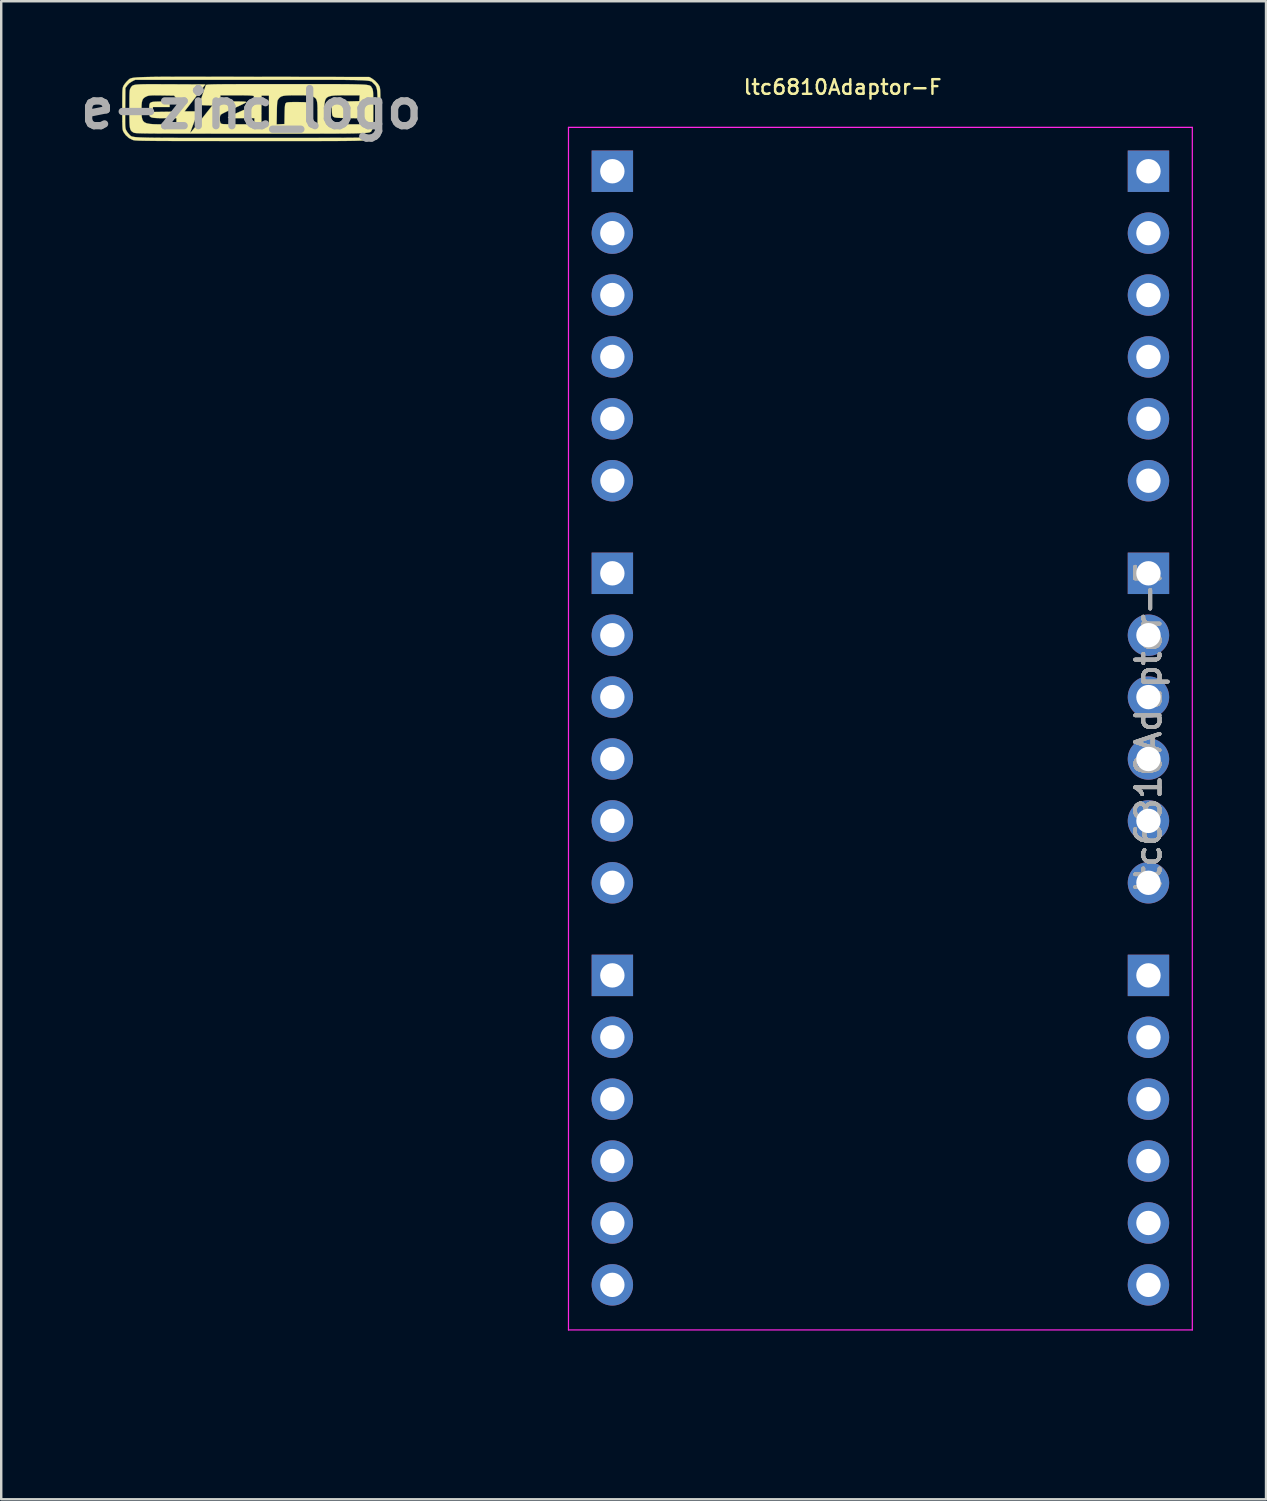
<source format=kicad_pcb>
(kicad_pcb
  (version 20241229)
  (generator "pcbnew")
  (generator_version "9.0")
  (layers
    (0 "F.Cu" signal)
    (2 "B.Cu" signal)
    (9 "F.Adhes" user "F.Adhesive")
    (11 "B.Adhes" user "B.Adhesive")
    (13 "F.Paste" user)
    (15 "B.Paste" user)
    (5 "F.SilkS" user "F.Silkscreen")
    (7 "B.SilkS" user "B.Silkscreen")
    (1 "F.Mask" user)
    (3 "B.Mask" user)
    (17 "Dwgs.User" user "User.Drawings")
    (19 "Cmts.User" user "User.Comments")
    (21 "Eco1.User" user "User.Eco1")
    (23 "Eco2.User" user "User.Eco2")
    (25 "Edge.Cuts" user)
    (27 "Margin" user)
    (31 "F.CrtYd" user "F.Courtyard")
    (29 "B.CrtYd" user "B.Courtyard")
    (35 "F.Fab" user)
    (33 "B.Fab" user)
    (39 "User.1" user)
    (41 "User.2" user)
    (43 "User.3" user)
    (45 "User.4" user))
  (footprint "ltc6810Adaptor-F"
    (layer "F.Cu")
    (at 17.779 55.227)
    (property "Reference" "ltc6810Adaptor-F" (at 13.75 -54.7 0) (layer "F.SilkS") (effects (font (size 0.6 0.6) (thickness 0.1))))
    (attr through_hole)
    (fp_line (start 2.5 -53.05) (end 28.1 -53.05) (stroke (width 0.05) (type solid)) (layer "F.CrtYd"))
    (fp_line (start 2.5 -3.7) (end 2.5 -53.05) (stroke (width 0.05) (type default)) (layer "F.CrtYd"))
    (fp_line (start 2.5 -3.7) (end 28.1 -3.7) (stroke (width 0.05) (type solid)) (layer "F.CrtYd"))
    (fp_line (start 28.1 -53.05) (end 28.1 -3.7) (stroke (width 0.05) (type default)) (layer "F.CrtYd"))
    (fp_text user "${REFERENCE}" (at 26.3 -28.4 90) (layer "F.Fab") (effects (font (size 1 1) (thickness 0.15))))
    (fp_text user "${REFERENCE}" (at 26.3 -28.4 90) (layer "F.Fab") (effects (font (size 1 1) (thickness 0.15))))
    (fp_text user "${REFERENCE}" (at 26.3 -28.4 90) (layer "F.Fab") (effects (font (size 1 1) (thickness 0.15))))
    (fp_text user "${REFERENCE}" (at 26.3 -28.4 90) (layer "F.Fab") (effects (font (size 1 1) (thickness 0.15))))
    (fp_text user "${REFERENCE}" (at 26.3 -28.4 90) (layer "F.Fab") (effects (font (size 1 1) (thickness 0.15))))
    (fp_text user "${REFERENCE}" (at 26.3 -28.4 90) (layer "F.Fab") (effects (font (size 1 1) (thickness 0.15))))
    (pad "1" thru_hole rect (at 4.3 -51.25) (size 1.7 1.7) (drill 1) (layers "*.Cu" "*.Mask"))
    (pad "2" thru_hole oval (at 4.3 -48.71) (size 1.7 1.7) (drill 1) (layers "*.Cu" "*.Mask"))
    (pad "3" thru_hole oval (at 4.3 -46.17) (size 1.7 1.7) (drill 1) (layers "*.Cu" "*.Mask"))
    (pad "4" thru_hole oval (at 4.3 -43.63) (size 1.7 1.7) (drill 1) (layers "*.Cu" "*.Mask"))
    (pad "5" thru_hole oval (at 4.3 -41.09) (size 1.7 1.7) (drill 1) (layers "*.Cu" "*.Mask"))
    (pad "6" thru_hole oval (at 4.3 -38.55) (size 1.7 1.7) (drill 1) (layers "*.Cu" "*.Mask"))
    (pad "7" thru_hole rect (at 4.3 -34.75) (size 1.7 1.7) (drill 1) (layers "*.Cu" "*.Mask"))
    (pad "8" thru_hole oval (at 4.3 -32.21) (size 1.7 1.7) (drill 1) (layers "*.Cu" "*.Mask"))
    (pad "9" thru_hole oval (at 4.3 -29.67) (size 1.7 1.7) (drill 1) (layers "*.Cu" "*.Mask"))
    (pad "10" thru_hole oval (at 4.3 -27.13) (size 1.7 1.7) (drill 1) (layers "*.Cu" "*.Mask"))
    (pad "11" thru_hole oval (at 4.3 -24.59) (size 1.7 1.7) (drill 1) (layers "*.Cu" "*.Mask"))
    (pad "12" thru_hole oval (at 4.3 -22.05) (size 1.7 1.7) (drill 1) (layers "*.Cu" "*.Mask"))
    (pad "13" thru_hole rect (at 4.3 -18.25) (size 1.7 1.7) (drill 1) (layers "*.Cu" "*.Mask"))
    (pad "14" thru_hole oval (at 4.3 -15.71) (size 1.7 1.7) (drill 1) (layers "*.Cu" "*.Mask"))
    (pad "15" thru_hole oval (at 4.3 -13.17) (size 1.7 1.7) (drill 1) (layers "*.Cu" "*.Mask"))
    (pad "16" thru_hole oval (at 4.3 -10.63) (size 1.7 1.7) (drill 1) (layers "*.Cu" "*.Mask"))
    (pad "17" thru_hole oval (at 4.3 -8.09) (size 1.7 1.7) (drill 1) (layers "*.Cu" "*.Mask"))
    (pad "18" thru_hole oval (at 4.3 -5.55) (size 1.7 1.7) (drill 1) (layers "*.Cu" "*.Mask"))
    (pad "19" thru_hole rect (at 26.3 -51.25) (size 1.7 1.7) (drill 1) (layers "*.Cu" "*.Mask"))
    (pad "20" thru_hole oval (at 26.3 -48.71) (size 1.7 1.7) (drill 1) (layers "*.Cu" "*.Mask"))
    (pad "21" thru_hole oval (at 26.3 -46.17) (size 1.7 1.7) (drill 1) (layers "*.Cu" "*.Mask"))
    (pad "22" thru_hole oval (at 26.3 -43.63) (size 1.7 1.7) (drill 1) (layers "*.Cu" "*.Mask"))
    (pad "23" thru_hole oval (at 26.3 -41.09) (size 1.7 1.7) (drill 1) (layers "*.Cu" "*.Mask"))
    (pad "24" thru_hole oval (at 26.3 -38.55) (size 1.7 1.7) (drill 1) (layers "*.Cu" "*.Mask"))
    (pad "25" thru_hole rect (at 26.3 -34.75) (size 1.7 1.7) (drill 1) (layers "*.Cu" "*.Mask"))
    (pad "26" thru_hole oval (at 26.3 -32.21) (size 1.7 1.7) (drill 1) (layers "*.Cu" "*.Mask"))
    (pad "27" thru_hole oval (at 26.3 -29.67) (size 1.7 1.7) (drill 1) (layers "*.Cu" "*.Mask"))
    (pad "28" thru_hole oval (at 26.3 -27.13) (size 1.7 1.7) (drill 1) (layers "*.Cu" "*.Mask"))
    (pad "29" thru_hole oval (at 26.3 -24.59) (size 1.7 1.7) (drill 1) (layers "*.Cu" "*.Mask"))
    (pad "30" thru_hole oval (at 26.3 -22.05) (size 1.7 1.7) (drill 1) (layers "*.Cu" "*.Mask"))
    (pad "31" thru_hole rect (at 26.3 -18.25) (size 1.7 1.7) (drill 1) (layers "*.Cu" "*.Mask"))
    (pad "32" thru_hole oval (at 26.3 -15.71) (size 1.7 1.7) (drill 1) (layers "*.Cu" "*.Mask"))
    (pad "33" thru_hole oval (at 26.3 -13.17) (size 1.7 1.7) (drill 1) (layers "*.Cu" "*.Mask"))
    (pad "34" thru_hole oval (at 26.3 -10.63) (size 1.7 1.7) (drill 1) (layers "*.Cu" "*.Mask"))
    (pad "35" thru_hole oval (at 26.3 -8.09) (size 1.7 1.7) (drill 1) (layers "*.Cu" "*.Mask"))
    (pad "36" thru_hole oval (at 26.3 -5.55) (size 1.7 1.7) (drill 1) (layers "*.Cu" "*.Mask")))
  (footprint "e-zinc_logo"
    (layer "F.Cu")
    (at 7.264 1.418)
    (property "Reference" "e-zinc_logo" (at 0 0 0) (layer "F.Fab") (effects (font (size 1.524 1.524) (thickness 0.3))))
    (attr through_hole)
    (fp_poly (pts (xy -2.385 -1.318) (xy -1.972 -1.318) (xy -1.518 -1.317) (xy -1.018 -1.316) (xy -0.472 -1.315) (xy 0.065 -1.315) (xy 4.839 -1.308) (xy 4.94 -1.253) (xy 5.073 -1.158) (xy 5.19 -1.031) (xy 5.249 -0.94) (xy 5.262 -0.912) (xy 5.272 -0.879) (xy 5.28 -0.835) (xy 5.286 -0.775) (xy 5.29 -0.693) (xy 5.293 -0.583) (xy 5.295 -0.439) (xy 5.296 -0.257) (xy 5.296 -0.03) (xy 5.296 0) (xy 5.296 0.231) (xy 5.295 0.417) (xy 5.294 0.563) (xy 5.292 0.675) (xy 5.288 0.76) (xy 5.282 0.823) (xy 5.274 0.868) (xy 5.264 0.903) (xy 5.251 0.933) (xy 5.241 0.954) (xy 5.187 1.035) (xy 5.116 1.118) (xy 5.083 1.15) (xy 5.062 1.17) (xy 5.043 1.189) (xy 5.026 1.206) (xy 5.007 1.222) (xy 4.984 1.236) (xy 4.956 1.249) (xy 4.919 1.26) (xy 4.873 1.27) (xy 4.815 1.279) (xy 4.742 1.287) (xy 4.652 1.294) (xy 4.544 1.3) (xy 4.415 1.304) (xy 4.262 1.309) (xy 4.085 1.312) (xy 3.88 1.315) (xy 3.645 1.317) (xy 3.379 1.318) (xy 3.078 1.319) (xy 2.742 1.32) (xy 2.367 1.32) (xy 1.952 1.32) (xy 1.494 1.32) (xy 0.992 1.32) (xy 0.442 1.32) (xy -0.011 1.32) (xy -0.587 1.32) (xy -1.115 1.32) (xy -1.596 1.319) (xy -2.033 1.319) (xy -2.428 1.319) (xy -2.783 1.318) (xy -3.101 1.318) (xy -3.383 1.317) (xy -3.632 1.316) (xy -3.851 1.315) (xy -4.04 1.313) (xy -4.203 1.311) (xy -4.342 1.309) (xy -4.459 1.307) (xy -4.556 1.305) (xy -4.635 1.302) (xy -4.699 1.298) (xy -4.749 1.295) (xy -4.788 1.291) (xy -4.819 1.286) (xy -4.843 1.281) (xy -4.862 1.276) (xy -4.872 1.272) (xy -5.027 1.193) (xy -5.158 1.073) (xy -5.241 0.953) (xy -5.256 0.923) (xy -5.268 0.893) (xy -5.277 0.855) (xy -5.284 0.805) (xy -5.289 0.736) (xy -5.292 0.643) (xy -5.294 0.52) (xy -5.295 0.374) (xy -5.179 0.374) (xy -5.179 0.517) (xy -5.177 0.627) (xy -5.174 0.709) (xy -5.168 0.769) (xy -5.16 0.813) (xy -5.15 0.846) (xy -5.137 0.876) (xy -5.134 0.882) (xy -5.083 0.963) (xy -5.021 1.038) (xy -5.012 1.046) (xy -4.995 1.064) (xy -4.981 1.08) (xy -4.967 1.095) (xy -4.951 1.108) (xy -4.931 1.12) (xy -4.906 1.131) (xy -4.872 1.14) (xy -4.828 1.149) (xy -4.771 1.157) (xy -4.7 1.163) (xy -4.612 1.169) (xy -4.504 1.174) (xy -4.376 1.178) (xy -4.224 1.182) (xy -4.047 1.185) (xy -3.842 1.187) (xy -3.607 1.189) (xy -3.34 1.19) (xy -3.039 1.191) (xy -2.702 1.192) (xy -2.326 1.192) (xy -1.909 1.192) (xy -1.45 1.192) (xy -0.945 1.192) (xy -0.393 1.192) (xy 0 1.192) (xy 0.578 1.192) (xy 1.108 1.192) (xy 1.591 1.192) (xy 2.029 1.192) (xy 2.426 1.192) (xy 2.783 1.191) (xy 3.102 1.191) (xy 3.386 1.19) (xy 3.636 1.189) (xy 3.855 1.188) (xy 4.046 1.187) (xy 4.209 1.185) (xy 4.348 1.183) (xy 4.465 1.181) (xy 4.561 1.178) (xy 4.639 1.176) (xy 4.702 1.172) (xy 4.751 1.169) (xy 4.788 1.165) (xy 4.816 1.16) (xy 4.837 1.156) (xy 4.853 1.15) (xy 4.864 1.146) (xy 4.969 1.08) (xy 5.065 0.992) (xy 5.136 0.896) (xy 5.155 0.856) (xy 5.163 0.807) (xy 5.17 0.711) (xy 5.175 0.571) (xy 5.179 0.389) (xy 5.181 0.17) (xy 5.181 0.005) (xy 5.181 -0.233) (xy 5.179 -0.426) (xy 5.175 -0.58) (xy 5.167 -0.7) (xy 5.156 -0.794) (xy 5.14 -0.865) (xy 5.117 -0.921) (xy 5.088 -0.968) (xy 5.051 -1.01) (xy 5.013 -1.046) (xy 4.996 -1.064) (xy 4.981 -1.08) (xy 4.966 -1.095) (xy 4.95 -1.109) (xy 4.931 -1.121) (xy 4.905 -1.132) (xy 4.871 -1.142) (xy 4.827 -1.15) (xy 4.77 -1.158) (xy 4.699 -1.165) (xy 4.61 -1.171) (xy 4.503 -1.176) (xy 4.375 -1.18) (xy 4.224 -1.184) (xy 4.047 -1.186) (xy 3.842 -1.189) (xy 3.607 -1.191) (xy 3.341 -1.192) (xy 3.04 -1.193) (xy 2.703 -1.193) (xy 2.328 -1.194) (xy 1.912 -1.194) (xy 1.453 -1.194) (xy 0.949 -1.194) (xy 0.398 -1.194) (xy -0.007 -1.194) (xy -4.765 -1.194) (xy -4.894 -1.129) (xy -5.014 -1.05) (xy -5.096 -0.96) (xy -5.169 -0.855) (xy -5.176 -0.035) (xy -5.178 0.192) (xy -5.179 0.374) (xy -5.295 0.374) (xy -5.295 0.362) (xy -5.296 0.163) (xy -5.296 0) (xy -5.296 -0.231) (xy -5.295 -0.417) (xy -5.294 -0.563) (xy -5.292 -0.675) (xy -5.288 -0.76) (xy -5.282 -0.823) (xy -5.274 -0.868) (xy -5.264 -0.903) (xy -5.251 -0.933) (xy -5.241 -0.954) (xy -5.187 -1.034) (xy -5.116 -1.118) (xy -5.083 -1.15) (xy -5.062 -1.17) (xy -5.043 -1.189) (xy -5.026 -1.206) (xy -5.007 -1.222) (xy -4.984 -1.236) (xy -4.956 -1.249) (xy -4.92 -1.26) (xy -4.874 -1.27) (xy -4.816 -1.279) (xy -4.743 -1.287) (xy -4.655 -1.294) (xy -4.547 -1.299) (xy -4.419 -1.304) (xy -4.267 -1.308) (xy -4.091 -1.311) (xy -3.887 -1.314) (xy -3.654 -1.316) (xy -3.39 -1.317) (xy -3.091 -1.318) (xy -2.757 -1.318) (xy -2.385 -1.318)) (stroke (width 0.01) (type solid)) (fill yes) (layer "F.SilkS"))
    (fp_poly (pts (xy 2.755 -1.016) (xy 3.103 -1.016) (xy 3.411 -1.015) (xy 3.681 -1.014) (xy 3.916 -1.013) (xy 4.118 -1.01) (xy 4.29 -1.007) (xy 4.435 -1.003) (xy 4.555 -0.998) (xy 4.652 -0.992) (xy 4.729 -0.984) (xy 4.789 -0.975) (xy 4.835 -0.965) (xy 4.869 -0.952) (xy 4.893 -0.938) (xy 4.91 -0.922) (xy 4.923 -0.904) (xy 4.934 -0.884) (xy 4.947 -0.862) (xy 4.953 -0.852) (xy 4.967 -0.826) (xy 4.979 -0.796) (xy 4.987 -0.757) (xy 4.994 -0.703) (xy 4.998 -0.627) (xy 5.001 -0.524) (xy 5.003 -0.388) (xy 5.004 -0.212) (xy 5.004 0.003) (xy 5.003 0.223) (xy 5.003 0.397) (xy 5.001 0.533) (xy 4.998 0.636) (xy 4.993 0.711) (xy 4.987 0.766) (xy 4.978 0.805) (xy 4.966 0.834) (xy 4.954 0.856) (xy 4.944 0.875) (xy 4.936 0.893) (xy 4.928 0.909) (xy 4.919 0.924) (xy 4.905 0.937) (xy 4.886 0.949) (xy 4.858 0.96) (xy 4.819 0.969) (xy 4.768 0.978) (xy 4.703 0.985) (xy 4.62 0.991) (xy 4.519 0.997) (xy 4.396 1.001) (xy 4.25 1.005) (xy 4.079 1.008) (xy 3.88 1.011) (xy 3.652 1.013) (xy 3.391 1.014) (xy 3.097 1.015) (xy 2.766 1.016) (xy 2.397 1.016) (xy 1.988 1.016) (xy 1.536 1.016) (xy 1.04 1.016) (xy 0.497 1.016) (xy -0.005 1.016) (xy -0.582 1.016) (xy -1.111 1.016) (xy -1.593 1.016) (xy -2.031 1.015) (xy -2.427 1.015) (xy -2.783 1.015) (xy -3.101 1.014) (xy -3.384 1.013) (xy -3.633 1.013) (xy -3.851 1.011) (xy -4.04 1.01) (xy -4.203 1.008) (xy -4.34 1.007) (xy -4.456 1.004) (xy -4.551 1.002) (xy -4.627 0.999) (xy -4.688 0.996) (xy -4.735 0.992) (xy -4.771 0.988) (xy -4.797 0.984) (xy -4.816 0.979) (xy -4.83 0.974) (xy -4.841 0.968) (xy -4.844 0.966) (xy -4.887 0.939) (xy -4.921 0.91) (xy -4.948 0.874) (xy -4.968 0.825) (xy -4.983 0.759) (xy -4.993 0.669) (xy -4.999 0.55) (xy -5.002 0.396) (xy -5.004 0.202) (xy -5.004 0.038) (xy -4.508 0.038) (xy -4.507 0.198) (xy -4.497 0.326) (xy -4.476 0.426) (xy -4.438 0.502) (xy -4.377 0.557) (xy -4.289 0.594) (xy -4.169 0.617) (xy -4.012 0.629) (xy -3.813 0.634) (xy -3.639 0.634) (xy -3.073 0.635) (xy -3.073 0.381) (xy -3.558 0.381) (xy -3.745 0.38) (xy -3.888 0.376) (xy -3.994 0.369) (xy -4.069 0.357) (xy -4.121 0.339) (xy -4.155 0.315) (xy -4.172 0.295) (xy -4.18 0.258) (xy -4.186 0.184) (xy -4.19 0.085) (xy -4.191 0.037) (xy -4.19 -0.084) (xy -4.183 -0.171) (xy -4.162 -0.229) (xy -4.12 -0.266) (xy -4.05 -0.286) (xy -3.945 -0.295) (xy -3.797 -0.3) (xy -3.773 -0.3) (xy -3.617 -0.303) (xy -3.506 -0.3) (xy -3.431 -0.29) (xy -3.385 -0.27) (xy -3.362 -0.237) (xy -3.353 -0.19) (xy -3.353 -0.162) (xy -3.353 -0.076) (xy -4.039 -0.076) (xy -4.039 0.128) (xy -3.061 0.114) (xy -3.053 -0.144) (xy -3.051 -0.262) (xy -3.053 -0.342) (xy -3.061 -0.395) (xy -3.077 -0.433) (xy -3.104 -0.469) (xy -3.108 -0.474) (xy -3.171 -0.546) (xy -3.68 -0.554) (xy -3.857 -0.556) (xy -3.991 -0.557) (xy -4.09 -0.554) (xy -4.163 -0.549) (xy -4.219 -0.54) (xy -4.264 -0.528) (xy -4.303 -0.512) (xy -4.378 -0.472) (xy -4.433 -0.425) (xy -4.47 -0.362) (xy -4.493 -0.274) (xy -4.505 -0.154) (xy -4.508 0.007) (xy -4.508 0.038) (xy -5.004 0.038) (xy -5.004 -0.005) (xy -5.003 -0.224) (xy -5.003 -0.399) (xy -5.001 -0.534) (xy -4.998 -0.637) (xy -4.993 -0.712) (xy -4.987 -0.766) (xy -4.978 -0.805) (xy -4.966 -0.834) (xy -4.954 -0.856) (xy -4.934 -0.889) (xy -4.914 -0.918) (xy -4.892 -0.941) (xy -4.862 -0.961) (xy -4.82 -0.977) (xy -4.763 -0.989) (xy -4.687 -0.998) (xy -4.588 -1.005) (xy -4.462 -1.009) (xy -4.304 -1.012) (xy -4.111 -1.013) (xy -3.878 -1.012) (xy -3.603 -1.011) (xy -3.319 -1.01) (xy -1.886 -1.003) (xy -2.742 0.102) (xy -2.461 0.102) (xy -2.338 0.102) (xy -2.258 0.105) (xy -2.213 0.111) (xy -2.194 0.122) (xy -2.195 0.14) (xy -2.197 0.146) (xy -2.249 0.277) (xy -2.303 0.417) (xy -2.356 0.557) (xy -2.406 0.69) (xy -2.449 0.806) (xy -2.482 0.899) (xy -2.502 0.961) (xy -2.507 0.982) (xy -2.489 0.965) (xy -2.444 0.913) (xy -2.376 0.832) (xy -2.288 0.725) (xy -2.218 0.638) (xy 1.037 0.638) (xy 1.198 0.63) (xy 1.359 0.622) (xy 1.366 0.217) (xy 1.37 0.058) (xy 1.375 -0.058) (xy 1.382 -0.138) (xy 1.392 -0.191) (xy 1.407 -0.224) (xy 1.414 -0.234) (xy 1.435 -0.251) (xy 1.465 -0.263) (xy 1.514 -0.271) (xy 1.589 -0.276) (xy 1.698 -0.279) (xy 1.848 -0.279) (xy 1.879 -0.279) (xy 2.048 -0.278) (xy 2.172 -0.275) (xy 2.26 -0.268) (xy 2.317 -0.258) (xy 2.35 -0.244) (xy 2.351 -0.243) (xy 2.369 -0.226) (xy 2.383 -0.199) (xy 2.392 -0.156) (xy 2.399 -0.087) (xy 2.404 0.014) (xy 2.407 0.155) (xy 2.408 0.214) (xy 2.416 0.635) (xy 2.718 0.635) (xy 2.718 0.2) (xy 2.992 0.2) (xy 2.999 0.327) (xy 3.018 0.426) (xy 3.055 0.501) (xy 3.114 0.555) (xy 3.2 0.593) (xy 3.318 0.616) (xy 3.473 0.628) (xy 3.67 0.633) (xy 3.867 0.634) (xy 4.445 0.635) (xy 4.445 0.385) (xy 3.925 0.377) (xy 3.734 0.373) (xy 3.588 0.369) (xy 3.481 0.36) (xy 3.406 0.344) (xy 3.357 0.316) (xy 3.329 0.275) (xy 3.315 0.216) (xy 3.309 0.137) (xy 3.306 0.056) (xy 3.303 -0.056) (xy 3.307 -0.131) (xy 3.318 -0.181) (xy 3.34 -0.219) (xy 3.348 -0.229) (xy 3.367 -0.25) (xy 3.388 -0.266) (xy 3.418 -0.278) (xy 3.466 -0.287) (xy 3.538 -0.293) (xy 3.641 -0.297) (xy 3.782 -0.301) (xy 3.916 -0.305) (xy 4.432 -0.318) (xy 4.44 -0.438) (xy 4.448 -0.559) (xy 3.869 -0.558) (xy 3.636 -0.557) (xy 3.449 -0.552) (xy 3.303 -0.539) (xy 3.193 -0.514) (xy 3.113 -0.475) (xy 3.058 -0.418) (xy 3.024 -0.339) (xy 3.005 -0.235) (xy 2.996 -0.103) (xy 2.992 0.043) (xy 2.992 0.2) (xy 2.718 0.2) (xy 2.718 0.175) (xy 2.717 -0.016) (xy 2.712 -0.163) (xy 2.701 -0.273) (xy 2.683 -0.354) (xy 2.655 -0.413) (xy 2.615 -0.456) (xy 2.562 -0.49) (xy 2.53 -0.507) (xy 2.49 -0.524) (xy 2.447 -0.537) (xy 2.394 -0.547) (xy 2.322 -0.553) (xy 2.224 -0.556) (xy 2.092 -0.558) (xy 1.919 -0.559) (xy 1.878 -0.559) (xy 1.676 -0.558) (xy 1.518 -0.554) (xy 1.397 -0.547) (xy 1.306 -0.533) (xy 1.238 -0.513) (xy 1.187 -0.484) (xy 1.144 -0.445) (xy 1.107 -0.398) (xy 1.088 -0.369) (xy 1.074 -0.335) (xy 1.064 -0.287) (xy 1.057 -0.218) (xy 1.052 -0.12) (xy 1.048 0.015) (xy 1.046 0.155) (xy 1.037 0.638) (xy -2.218 0.638) (xy -2.186 0.597) (xy -2.072 0.455) (xy -2.048 0.426) (xy -2.019 0.389) (xy -1.295 0.389) (xy -1.292 0.481) (xy -1.276 0.558) (xy -1.255 0.595) (xy -1.237 0.607) (xy -1.206 0.617) (xy -1.156 0.624) (xy -1.082 0.629) (xy -0.977 0.632) (xy -0.836 0.634) (xy -0.653 0.635) (xy -0.544 0.635) (xy 0.127 0.635) (xy 0.127 0.381) (xy -0.421 0.381) (xy -0.623 0.38) (xy -0.776 0.377) (xy -0.882 0.371) (xy -0.943 0.364) (xy -0.96 0.354) (xy -0.96 0.354) (xy -0.935 0.336) (xy -0.915 0.325) (xy 0.411 0.325) (xy 0.412 0.45) (xy 0.414 0.543) (xy 0.417 0.596) (xy 0.418 0.604) (xy 0.446 0.624) (xy 0.512 0.632) (xy 0.578 0.63) (xy 0.724 0.622) (xy 0.724 -0.546) (xy 0.419 -0.546) (xy 0.412 0.012) (xy 0.411 0.177) (xy 0.411 0.325) (xy -0.915 0.325) (xy -0.871 0.302) (xy -0.773 0.254) (xy -0.648 0.195) (xy -0.504 0.13) (xy -0.431 0.098) (xy -0.28 0.03) (xy -0.144 -0.032) (xy -0.031 -0.086) (xy 0.053 -0.128) (xy 0.1 -0.155) (xy 0.107 -0.161) (xy 0.12 -0.208) (xy 0.126 -0.285) (xy 0.125 -0.374) (xy 0.118 -0.456) (xy 0.105 -0.514) (xy 0.097 -0.528) (xy 0.07 -0.538) (xy 0.011 -0.546) (xy -0.084 -0.552) (xy -0.22 -0.556) (xy -0.399 -0.558) (xy -0.602 -0.559) (xy -1.27 -0.559) (xy -1.27 -0.305) (xy -0.734 -0.305) (xy -0.548 -0.304) (xy -0.408 -0.302) (xy -0.309 -0.298) (xy -0.246 -0.292) (xy -0.215 -0.283) (xy -0.209 -0.274) (xy -0.235 -0.255) (xy -0.3 -0.219) (xy -0.398 -0.171) (xy -0.522 -0.113) (xy -0.666 -0.049) (xy -0.723 -0.024) (xy -0.874 0.043) (xy -1.009 0.106) (xy -1.123 0.161) (xy -1.207 0.206) (xy -1.254 0.236) (xy -1.261 0.242) (xy -1.285 0.303) (xy -1.295 0.389) (xy -2.019 0.389) (xy -1.599 -0.14) (xy -1.866 -0.147) (xy -1.976 -0.152) (xy -2.064 -0.159) (xy -2.119 -0.168) (xy -2.134 -0.175) (xy -2.126 -0.204) (xy -2.105 -0.271) (xy -2.074 -0.366) (xy -2.036 -0.479) (xy -1.996 -0.6) (xy -1.955 -0.72) (xy -1.917 -0.829) (xy -1.887 -0.916) (xy -1.866 -0.972) (xy -1.862 -0.978) (xy -1.852 -0.984) (xy -1.834 -0.989) (xy -1.805 -0.994) (xy -1.763 -0.998) (xy -1.706 -1.001) (xy -1.63 -1.004) (xy -1.533 -1.007) (xy -1.413 -1.009) (xy -1.267 -1.011) (xy -1.092 -1.012) (xy -0.886 -1.013) (xy -0.646 -1.014) (xy -0.37 -1.015) (xy -0.055 -1.015) (xy 0.302 -1.016) (xy 0.703 -1.016) (xy 1.151 -1.016) (xy 1.44 -1.016) (xy 1.926 -1.016) (xy 2.363 -1.016) (xy 2.755 -1.016)) (stroke (width 0.01) (type solid)) (fill yes) (layer "F.SilkS")))
  (gr_rect
    (start -3 -3)
    (end 48.904 58.477)
    (stroke (width 0.1) (type default))
    (fill no)
    (layer "Edge.Cuts")))
</source>
